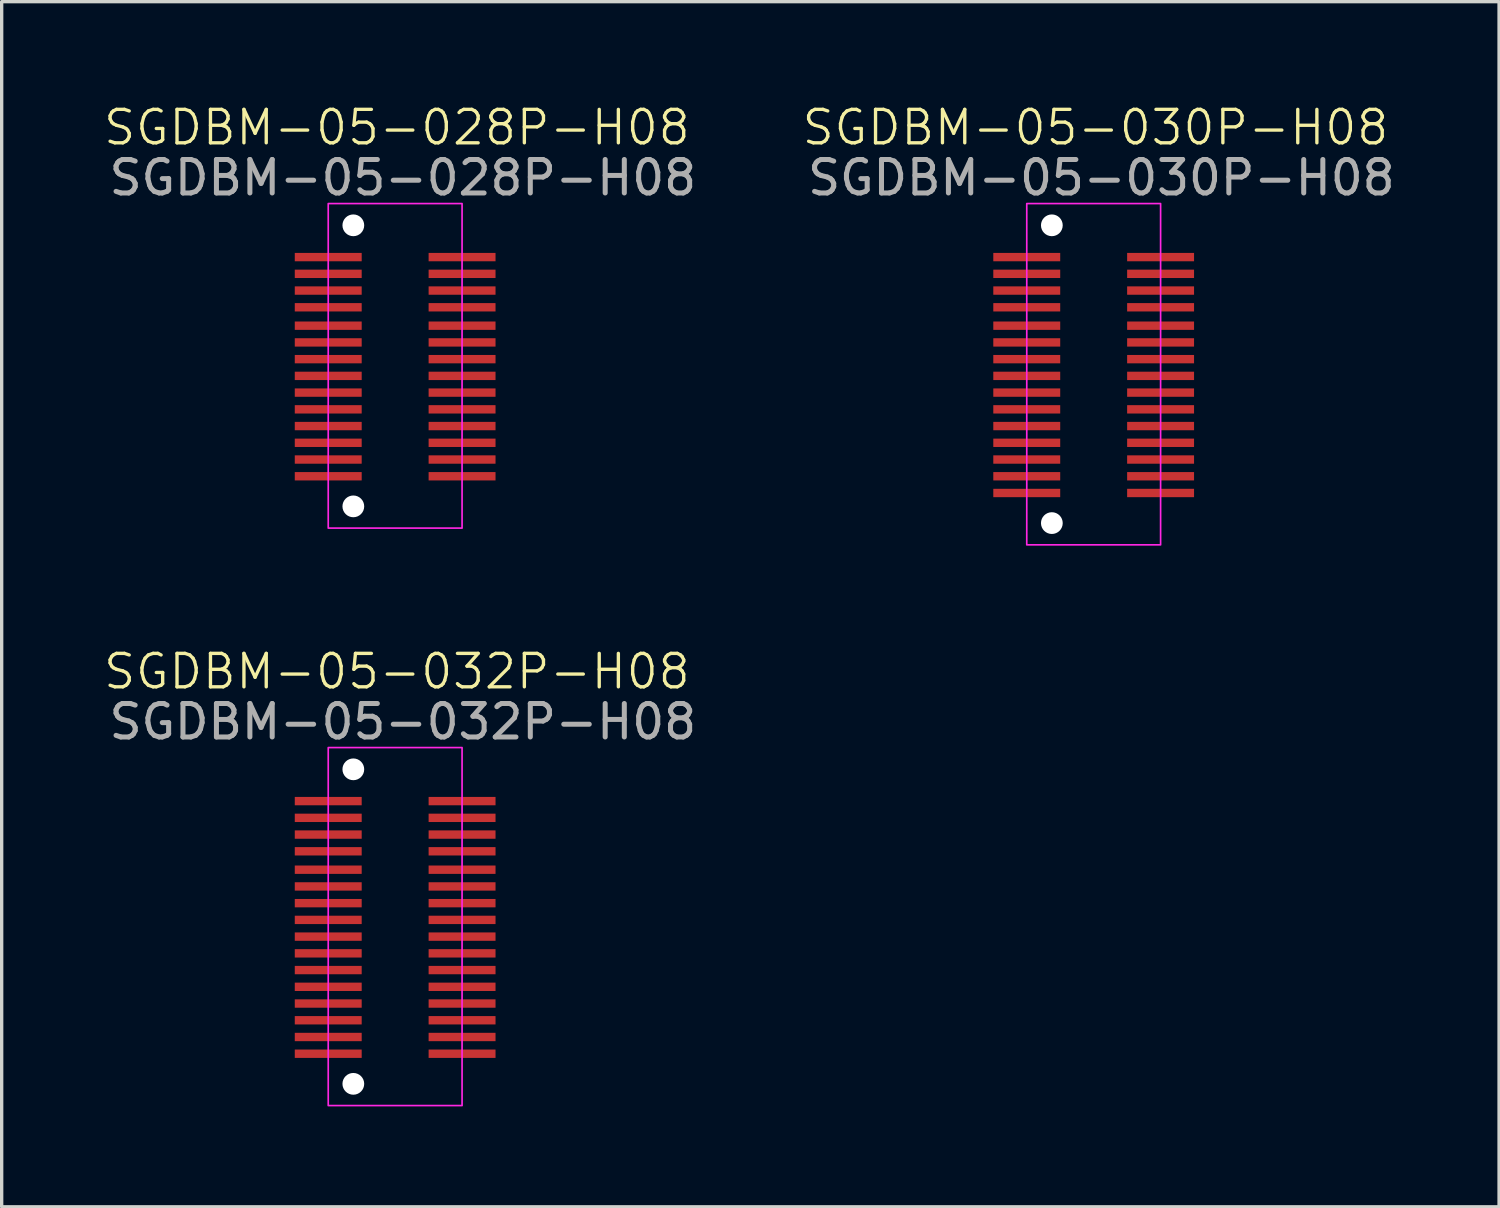
<source format=kicad_pcb>
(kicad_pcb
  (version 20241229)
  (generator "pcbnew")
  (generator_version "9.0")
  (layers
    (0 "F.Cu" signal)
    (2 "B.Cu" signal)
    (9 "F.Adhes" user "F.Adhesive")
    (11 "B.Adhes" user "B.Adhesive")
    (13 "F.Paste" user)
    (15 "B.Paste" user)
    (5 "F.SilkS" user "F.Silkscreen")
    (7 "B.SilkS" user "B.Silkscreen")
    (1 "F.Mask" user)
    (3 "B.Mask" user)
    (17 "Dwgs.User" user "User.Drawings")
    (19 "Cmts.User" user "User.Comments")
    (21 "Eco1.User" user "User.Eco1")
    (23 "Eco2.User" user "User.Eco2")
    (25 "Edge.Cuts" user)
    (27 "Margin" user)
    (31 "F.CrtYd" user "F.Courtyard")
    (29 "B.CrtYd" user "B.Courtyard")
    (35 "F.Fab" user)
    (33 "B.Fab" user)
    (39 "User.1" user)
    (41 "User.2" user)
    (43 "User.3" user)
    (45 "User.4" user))
  (footprint "SGDBM-05-028P-H08"
    (layer "F.Cu")
    (at 6.76 4.634)
    (property "Reference" "SGDBM-05-028P-H08" (at 2.052 -3.873 0) (unlocked yes) (layer "F.SilkS") (effects (font (size 1 1) (thickness 0.1))))
    (attr smd)
    (fp_rect (start 0 -1.6) (end 4 8.1) (stroke (width 0.05) (type default)) (fill no) (layer "F.CrtYd"))
    (fp_text user "${REFERENCE}" (at 2.23 -2.372 0) (unlocked yes) (layer "F.Fab") (effects (font (size 1 1) (thickness 0.15))))
    (pad "" np_thru_hole circle (at 0.75 -0.95) (size 0.65 0.65) (drill 0.65) (layers "*.Cu" "*.Mask"))
    (pad "" np_thru_hole circle (at 0.75 7.45) (size 0.65 0.65) (drill 0.65) (layers "*.Cu" "*.Mask"))
    (pad "1" smd rect (at 0 0 90) (size 0.25 2) (layers "F.Cu" "F.Mask" "F.Paste"))
    (pad "2" smd rect (at 4 0 90) (size 0.25 2) (layers "F.Cu" "F.Mask" "F.Paste"))
    (pad "3" smd rect (at 0 0.5 90) (size 0.25 2) (layers "F.Cu" "F.Mask" "F.Paste"))
    (pad "4" smd rect (at 4 0.5 90) (size 0.25 2) (layers "F.Cu" "F.Mask" "F.Paste"))
    (pad "5" smd rect (at 0 1 90) (size 0.25 2) (layers "F.Cu" "F.Mask" "F.Paste"))
    (pad "6" smd rect (at 4 1 90) (size 0.25 2) (layers "F.Cu" "F.Mask" "F.Paste"))
    (pad "7" smd rect (at 0 1.5 90) (size 0.25 2) (layers "F.Cu" "F.Mask" "F.Paste"))
    (pad "8" smd rect (at 4 1.5 90) (size 0.25 2) (layers "F.Cu" "F.Mask" "F.Paste"))
    (pad "9" smd rect (at 0 2.05 90) (size 0.25 2) (layers "F.Cu" "F.Mask" "F.Paste"))
    (pad "10" smd rect (at 4 2.05 90) (size 0.25 2) (layers "F.Cu" "F.Mask" "F.Paste"))
    (pad "11" smd rect (at 0 2.55 90) (size 0.25 2) (layers "F.Cu" "F.Mask" "F.Paste"))
    (pad "12" smd rect (at 4 2.55 90) (size 0.25 2) (layers "F.Cu" "F.Mask" "F.Paste"))
    (pad "13" smd rect (at 0 3.05 90) (size 0.25 2) (layers "F.Cu" "F.Mask" "F.Paste"))
    (pad "14" smd rect (at 4 3.05 90) (size 0.25 2) (layers "F.Cu" "F.Mask" "F.Paste"))
    (pad "15" smd rect (at 0 3.55 90) (size 0.25 2) (layers "F.Cu" "F.Mask" "F.Paste"))
    (pad "16" smd rect (at 4 3.55 90) (size 0.25 2) (layers "F.Cu" "F.Mask" "F.Paste"))
    (pad "17" smd rect (at 0 4.05 90) (size 0.25 2) (layers "F.Cu" "F.Mask" "F.Paste"))
    (pad "18" smd rect (at 4 4.05 90) (size 0.25 2) (layers "F.Cu" "F.Mask" "F.Paste"))
    (pad "19" smd rect (at 0 4.55 90) (size 0.25 2) (layers "F.Cu" "F.Mask" "F.Paste"))
    (pad "20" smd rect (at 4 4.55 90) (size 0.25 2) (layers "F.Cu" "F.Mask" "F.Paste"))
    (pad "21" smd rect (at 0 5.05 90) (size 0.25 2) (layers "F.Cu" "F.Mask" "F.Paste"))
    (pad "22" smd rect (at 4 5.05 90) (size 0.25 2) (layers "F.Cu" "F.Mask" "F.Paste"))
    (pad "23" smd rect (at 0 5.55 90) (size 0.25 2) (layers "F.Cu" "F.Mask" "F.Paste"))
    (pad "24" smd rect (at 4 5.55 90) (size 0.25 2) (layers "F.Cu" "F.Mask" "F.Paste"))
    (pad "25" smd rect (at 0 6.05 90) (size 0.25 2) (layers "F.Cu" "F.Mask" "F.Paste"))
    (pad "26" smd rect (at 4 6.05 90) (size 0.25 2) (layers "F.Cu" "F.Mask" "F.Paste"))
    (pad "27" smd rect (at 0 6.55 90) (size 0.25 2) (layers "F.Cu" "F.Mask" "F.Paste"))
    (pad "28" smd rect (at 4 6.55 90) (size 0.25 2) (layers "F.Cu" "F.Mask" "F.Paste")))
  (footprint "SGDBM-05-032P-H08"
    (layer "F.Cu")
    (at 6.76 20.893)
    (property "Reference" "SGDBM-05-032P-H08" (at 2.052 -3.873 0) (unlocked yes) (layer "F.SilkS") (effects (font (size 1 1) (thickness 0.1))))
    (attr smd)
    (fp_rect (start 0 -1.6) (end 4 9.1) (stroke (width 0.05) (type default)) (fill no) (layer "F.CrtYd"))
    (fp_text user "${REFERENCE}" (at 2.23 -2.372 0) (unlocked yes) (layer "F.Fab") (effects (font (size 1 1) (thickness 0.15))))
    (pad "" np_thru_hole circle (at 0.75 -0.95) (size 0.65 0.65) (drill 0.65) (layers "*.Cu" "*.Mask"))
    (pad "" np_thru_hole circle (at 0.75 8.45) (size 0.65 0.65) (drill 0.65) (layers "*.Cu" "*.Mask"))
    (pad "1" smd rect (at 0 0 90) (size 0.25 2) (layers "F.Cu" "F.Mask" "F.Paste"))
    (pad "2" smd rect (at 4 0 90) (size 0.25 2) (layers "F.Cu" "F.Mask" "F.Paste"))
    (pad "3" smd rect (at 0 0.5 90) (size 0.25 2) (layers "F.Cu" "F.Mask" "F.Paste"))
    (pad "4" smd rect (at 4 0.5 90) (size 0.25 2) (layers "F.Cu" "F.Mask" "F.Paste"))
    (pad "5" smd rect (at 0 1 90) (size 0.25 2) (layers "F.Cu" "F.Mask" "F.Paste"))
    (pad "6" smd rect (at 4 1 90) (size 0.25 2) (layers "F.Cu" "F.Mask" "F.Paste"))
    (pad "7" smd rect (at 0 1.5 90) (size 0.25 2) (layers "F.Cu" "F.Mask" "F.Paste"))
    (pad "8" smd rect (at 4 1.5 90) (size 0.25 2) (layers "F.Cu" "F.Mask" "F.Paste"))
    (pad "9" smd rect (at 0 2.05 90) (size 0.25 2) (layers "F.Cu" "F.Mask" "F.Paste"))
    (pad "10" smd rect (at 4 2.05 90) (size 0.25 2) (layers "F.Cu" "F.Mask" "F.Paste"))
    (pad "11" smd rect (at 0 2.55 90) (size 0.25 2) (layers "F.Cu" "F.Mask" "F.Paste"))
    (pad "12" smd rect (at 4 2.55 90) (size 0.25 2) (layers "F.Cu" "F.Mask" "F.Paste"))
    (pad "13" smd rect (at 0 3.05 90) (size 0.25 2) (layers "F.Cu" "F.Mask" "F.Paste"))
    (pad "14" smd rect (at 4 3.05 90) (size 0.25 2) (layers "F.Cu" "F.Mask" "F.Paste"))
    (pad "15" smd rect (at 0 3.55 90) (size 0.25 2) (layers "F.Cu" "F.Mask" "F.Paste"))
    (pad "16" smd rect (at 4 3.55 90) (size 0.25 2) (layers "F.Cu" "F.Mask" "F.Paste"))
    (pad "17" smd rect (at 0 4.05 90) (size 0.25 2) (layers "F.Cu" "F.Mask" "F.Paste"))
    (pad "18" smd rect (at 4 4.05 90) (size 0.25 2) (layers "F.Cu" "F.Mask" "F.Paste"))
    (pad "19" smd rect (at 0 4.55 90) (size 0.25 2) (layers "F.Cu" "F.Mask" "F.Paste"))
    (pad "20" smd rect (at 4 4.55 90) (size 0.25 2) (layers "F.Cu" "F.Mask" "F.Paste"))
    (pad "21" smd rect (at 0 5.05 90) (size 0.25 2) (layers "F.Cu" "F.Mask" "F.Paste"))
    (pad "22" smd rect (at 4 5.05 90) (size 0.25 2) (layers "F.Cu" "F.Mask" "F.Paste"))
    (pad "23" smd rect (at 0 5.55 90) (size 0.25 2) (layers "F.Cu" "F.Mask" "F.Paste"))
    (pad "24" smd rect (at 4 5.55 90) (size 0.25 2) (layers "F.Cu" "F.Mask" "F.Paste"))
    (pad "25" smd rect (at 0 6.05 90) (size 0.25 2) (layers "F.Cu" "F.Mask" "F.Paste"))
    (pad "26" smd rect (at 4 6.05 90) (size 0.25 2) (layers "F.Cu" "F.Mask" "F.Paste"))
    (pad "27" smd rect (at 0 6.55 90) (size 0.25 2) (layers "F.Cu" "F.Mask" "F.Paste"))
    (pad "28" smd rect (at 4 6.55 90) (size 0.25 2) (layers "F.Cu" "F.Mask" "F.Paste"))
    (pad "29" smd rect (at 0 7.05 90) (size 0.25 2) (layers "F.Cu" "F.Mask" "F.Paste"))
    (pad "30" smd rect (at 4 7.05 90) (size 0.25 2) (layers "F.Cu" "F.Mask" "F.Paste"))
    (pad "31" smd rect (at 0 7.55 90) (size 0.25 2) (layers "F.Cu" "F.Mask" "F.Paste"))
    (pad "32" smd rect (at 4 7.55 90) (size 0.25 2) (layers "F.Cu" "F.Mask" "F.Paste")))
  (footprint "SGDBM-05-030P-H08"
    (layer "F.Cu")
    (at 27.637 3.034)
    (property "Reference" "SGDBM-05-030P-H08" (at 2.052 -2.273 0) (unlocked yes) (layer "F.SilkS") (effects (font (size 1 1) (thickness 0.1))))
    (attr smd)
    (fp_rect (start 0 0) (end 4 10.2) (stroke (width 0.05) (type default)) (fill no) (layer "F.CrtYd"))
    (fp_text user "${REFERENCE}" (at 2.23 -0.772 0) (unlocked yes) (layer "F.Fab") (effects (font (size 1 1) (thickness 0.15))))
    (pad "" np_thru_hole circle (at 0.75 0.65) (size 0.65 0.65) (drill 0.65) (layers "*.Cu" "*.Mask"))
    (pad "" np_thru_hole circle (at 0.75 9.55) (size 0.65 0.65) (drill 0.65) (layers "*.Cu" "*.Mask"))
    (pad "1" smd rect (at 0 1.6 90) (size 0.25 2) (layers "F.Cu" "F.Mask" "F.Paste"))
    (pad "2" smd rect (at 4 1.6 90) (size 0.25 2) (layers "F.Cu" "F.Mask" "F.Paste"))
    (pad "3" smd rect (at 0 2.1 90) (size 0.25 2) (layers "F.Cu" "F.Mask" "F.Paste"))
    (pad "4" smd rect (at 4 2.1 90) (size 0.25 2) (layers "F.Cu" "F.Mask" "F.Paste"))
    (pad "5" smd rect (at 0 2.6 90) (size 0.25 2) (layers "F.Cu" "F.Mask" "F.Paste"))
    (pad "6" smd rect (at 4 2.6 90) (size 0.25 2) (layers "F.Cu" "F.Mask" "F.Paste"))
    (pad "7" smd rect (at 0 3.1 90) (size 0.25 2) (layers "F.Cu" "F.Mask" "F.Paste"))
    (pad "8" smd rect (at 4 3.1 90) (size 0.25 2) (layers "F.Cu" "F.Mask" "F.Paste"))
    (pad "9" smd rect (at 0 3.65 90) (size 0.25 2) (layers "F.Cu" "F.Mask" "F.Paste"))
    (pad "10" smd rect (at 4 3.65 90) (size 0.25 2) (layers "F.Cu" "F.Mask" "F.Paste"))
    (pad "11" smd rect (at 0 4.15 90) (size 0.25 2) (layers "F.Cu" "F.Mask" "F.Paste"))
    (pad "12" smd rect (at 4 4.15 90) (size 0.25 2) (layers "F.Cu" "F.Mask" "F.Paste"))
    (pad "13" smd rect (at 0 4.65 90) (size 0.25 2) (layers "F.Cu" "F.Mask" "F.Paste"))
    (pad "14" smd rect (at 4 4.65 90) (size 0.25 2) (layers "F.Cu" "F.Mask" "F.Paste"))
    (pad "15" smd rect (at 0 5.15 90) (size 0.25 2) (layers "F.Cu" "F.Mask" "F.Paste"))
    (pad "16" smd rect (at 4 5.15 90) (size 0.25 2) (layers "F.Cu" "F.Mask" "F.Paste"))
    (pad "17" smd rect (at 0 5.65 90) (size 0.25 2) (layers "F.Cu" "F.Mask" "F.Paste"))
    (pad "18" smd rect (at 4 5.65 90) (size 0.25 2) (layers "F.Cu" "F.Mask" "F.Paste"))
    (pad "19" smd rect (at 0 6.15 90) (size 0.25 2) (layers "F.Cu" "F.Mask" "F.Paste"))
    (pad "20" smd rect (at 4 6.15 90) (size 0.25 2) (layers "F.Cu" "F.Mask" "F.Paste"))
    (pad "21" smd rect (at 0 6.65 90) (size 0.25 2) (layers "F.Cu" "F.Mask" "F.Paste"))
    (pad "22" smd rect (at 4 6.65 90) (size 0.25 2) (layers "F.Cu" "F.Mask" "F.Paste"))
    (pad "23" smd rect (at 0 7.15 90) (size 0.25 2) (layers "F.Cu" "F.Mask" "F.Paste"))
    (pad "24" smd rect (at 4 7.15 90) (size 0.25 2) (layers "F.Cu" "F.Mask" "F.Paste"))
    (pad "25" smd rect (at 0 7.65 90) (size 0.25 2) (layers "F.Cu" "F.Mask" "F.Paste"))
    (pad "26" smd rect (at 4 7.65 90) (size 0.25 2) (layers "F.Cu" "F.Mask" "F.Paste"))
    (pad "27" smd rect (at 0 8.15 90) (size 0.25 2) (layers "F.Cu" "F.Mask" "F.Paste"))
    (pad "28" smd rect (at 4 8.15 90) (size 0.25 2) (layers "F.Cu" "F.Mask" "F.Paste"))
    (pad "29" smd rect (at 0 8.65 90) (size 0.25 2) (layers "F.Cu" "F.Mask" "F.Paste"))
    (pad "30" smd rect (at 4 8.65 90) (size 0.25 2) (layers "F.Cu" "F.Mask" "F.Paste")))
  (gr_rect
    (start -3 -3)
    (end 41.753 33.018)
    (stroke (width 0.1) (type default))
    (fill no)
    (layer "Edge.Cuts")))
</source>
